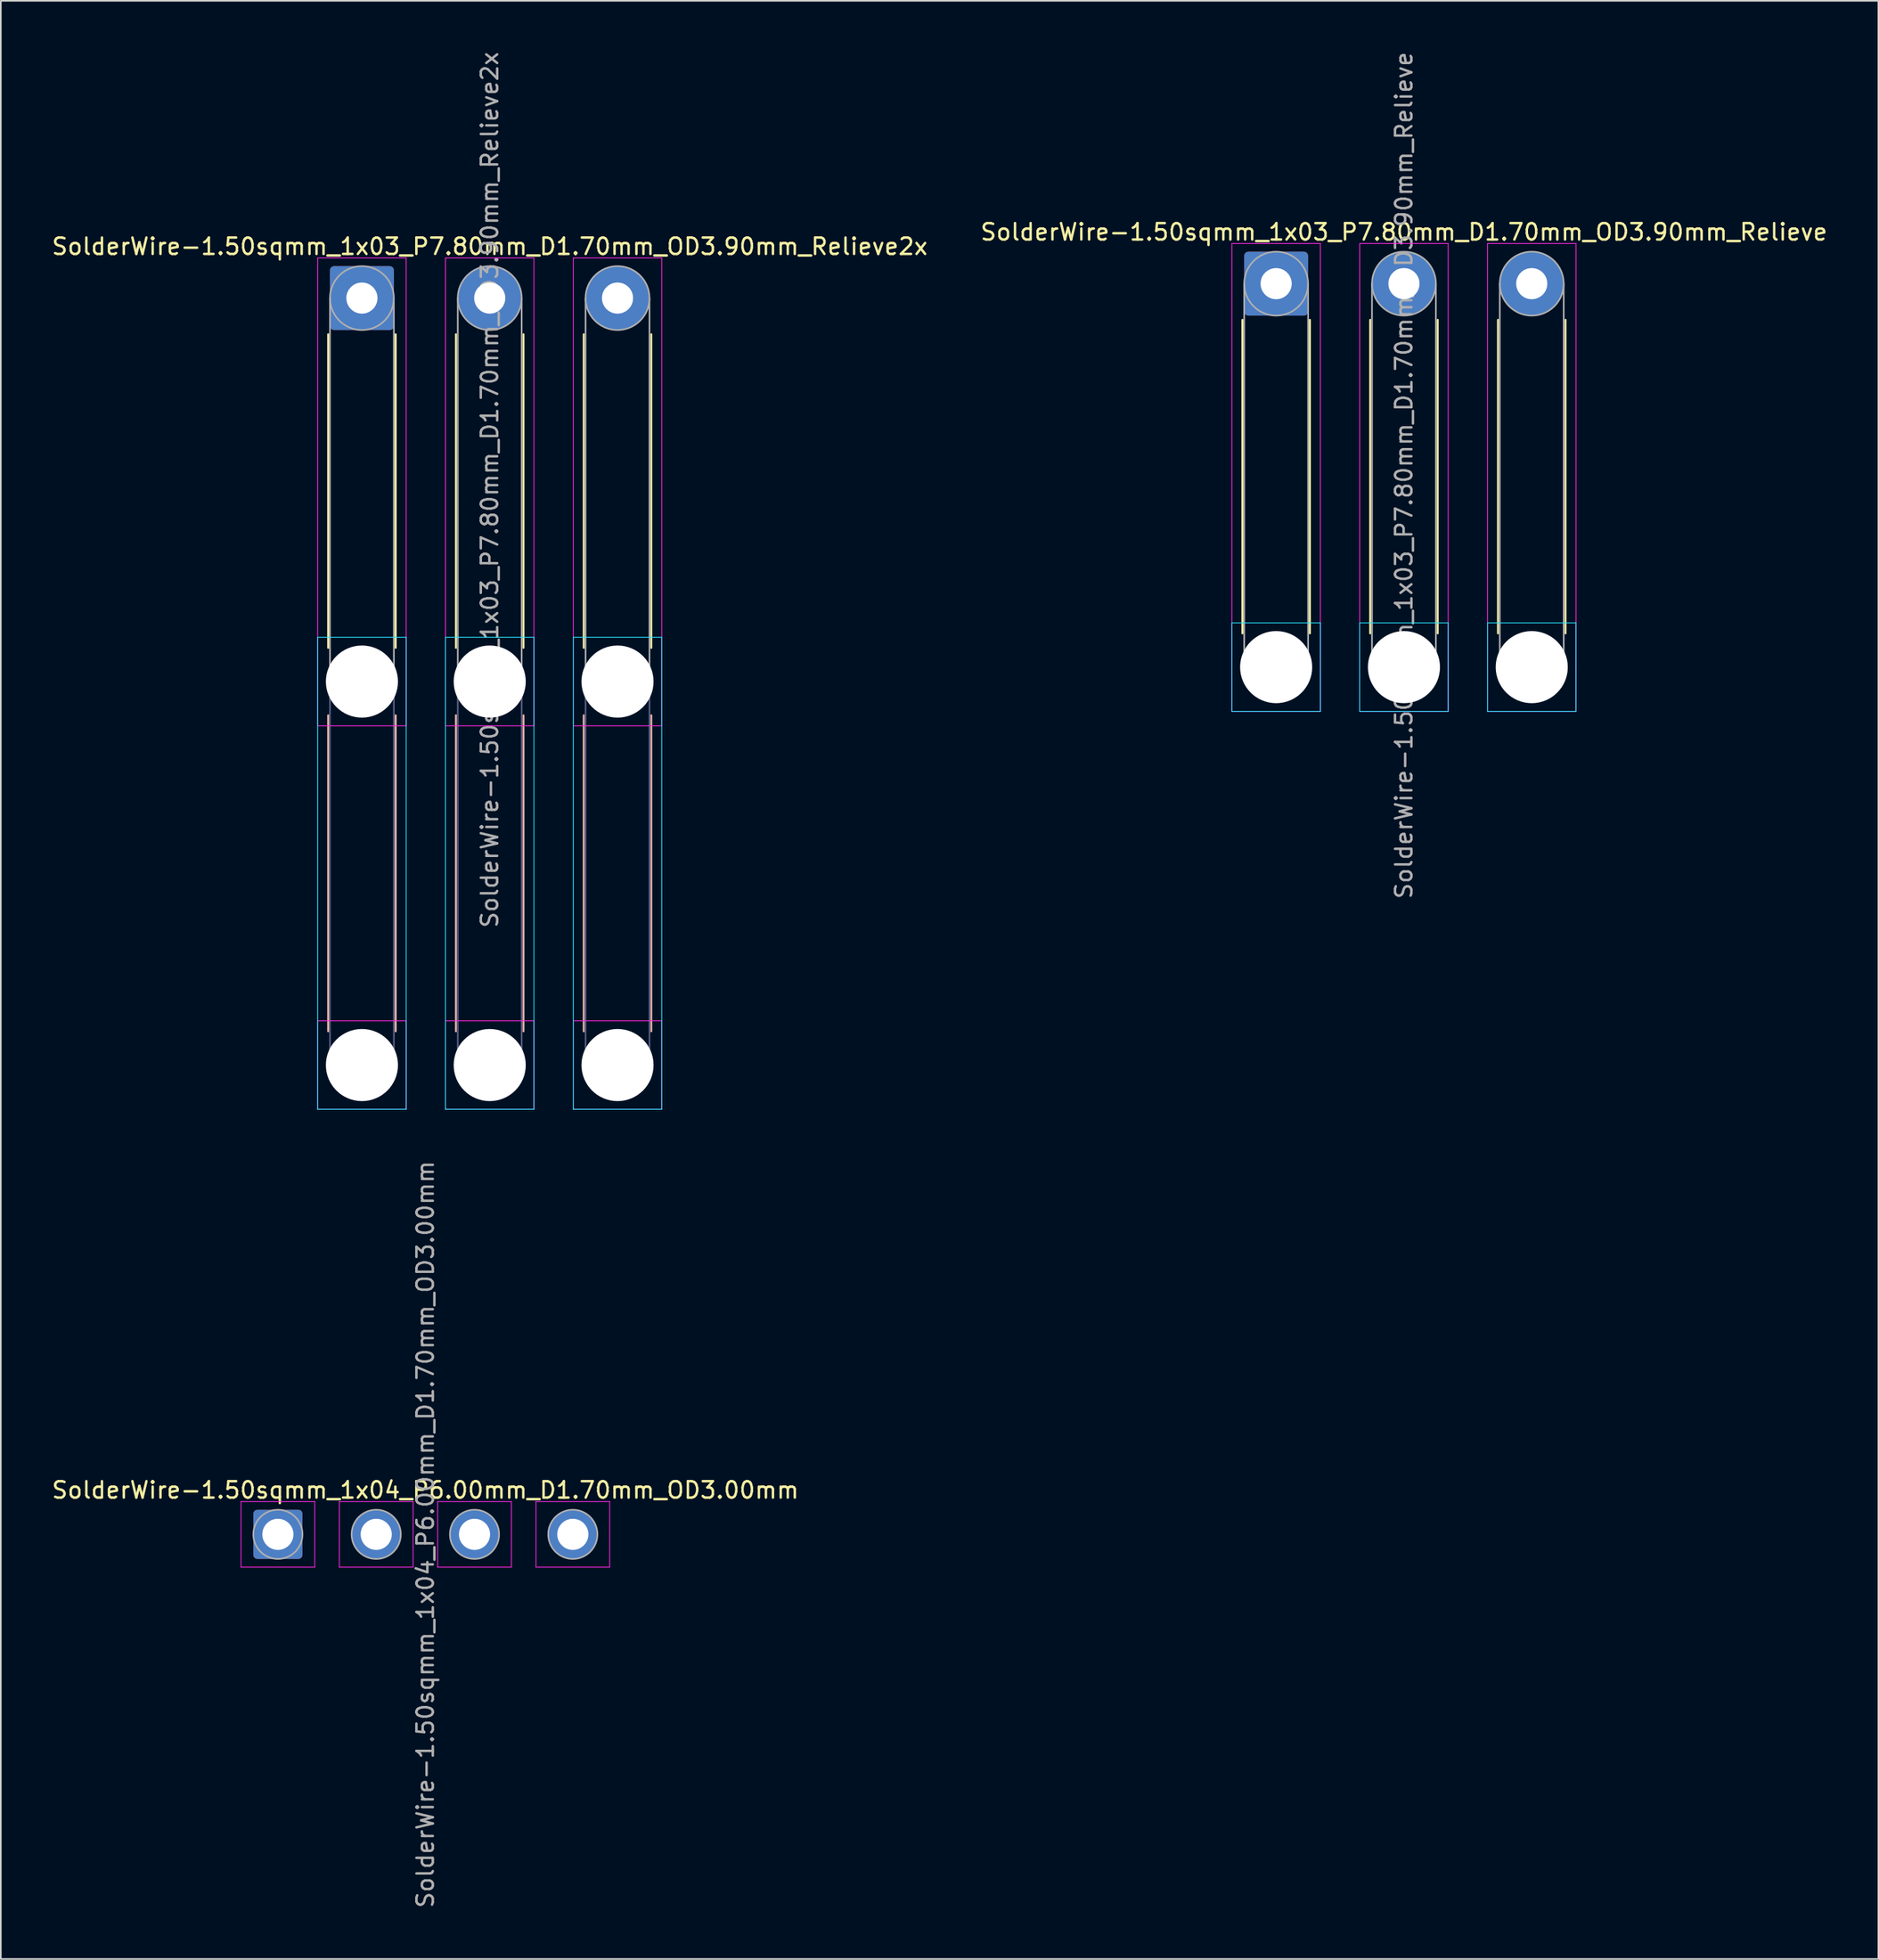
<source format=kicad_pcb>
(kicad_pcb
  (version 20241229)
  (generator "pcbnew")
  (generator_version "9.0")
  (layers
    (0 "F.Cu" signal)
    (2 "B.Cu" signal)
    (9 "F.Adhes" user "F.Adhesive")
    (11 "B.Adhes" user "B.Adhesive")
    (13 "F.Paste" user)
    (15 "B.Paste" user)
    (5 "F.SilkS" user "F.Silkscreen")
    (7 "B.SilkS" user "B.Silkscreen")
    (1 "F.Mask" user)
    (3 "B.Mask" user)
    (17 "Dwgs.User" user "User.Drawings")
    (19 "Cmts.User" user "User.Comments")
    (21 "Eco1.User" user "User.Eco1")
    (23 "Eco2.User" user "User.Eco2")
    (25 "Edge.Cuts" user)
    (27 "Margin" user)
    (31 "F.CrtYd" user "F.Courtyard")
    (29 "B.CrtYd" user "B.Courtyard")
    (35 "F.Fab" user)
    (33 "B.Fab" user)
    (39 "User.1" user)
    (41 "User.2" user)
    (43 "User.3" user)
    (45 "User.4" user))
  (footprint "SolderWire-1.50sqmm_1x03_P7.80mm_D1.70mm_OD3.90mm_Relieve2x"
    (layer "F.Cu")
    (at 19.039 15.139)
    (property "Reference" "SolderWire-1.50sqmm_1x03_P7.80mm_D1.70mm_OD3.90mm_Relieve2x" (at 7.8 -3.15 0) (layer "F.SilkS") (effects (font (size 1 1) (thickness 0.15))))
    (attr exclude_from_pos_files exclude_from_bom)
    (fp_line (start -2.06 2.21) (end -2.06 21.34) (stroke (width 0.12) (type solid)) (layer "F.SilkS"))
    (fp_line (start 2.06 2.21) (end 2.06 21.34) (stroke (width 0.12) (type solid)) (layer "F.SilkS"))
    (fp_line (start 5.74 2.21) (end 5.74 21.34) (stroke (width 0.12) (type solid)) (layer "F.SilkS"))
    (fp_line (start 9.86 2.21) (end 9.86 21.34) (stroke (width 0.12) (type solid)) (layer "F.SilkS"))
    (fp_line (start 13.54 2.21) (end 13.54 21.34) (stroke (width 0.12) (type solid)) (layer "F.SilkS"))
    (fp_line (start 17.66 2.21) (end 17.66 21.34) (stroke (width 0.12) (type solid)) (layer "F.SilkS"))
    (fp_line (start -2.06 25.46) (end -2.06 44.74) (stroke (width 0.12) (type solid)) (layer "B.SilkS"))
    (fp_line (start 2.06 25.46) (end 2.06 44.74) (stroke (width 0.12) (type solid)) (layer "B.SilkS"))
    (fp_line (start 5.74 25.46) (end 5.74 44.74) (stroke (width 0.12) (type solid)) (layer "B.SilkS"))
    (fp_line (start 9.86 25.46) (end 9.86 44.74) (stroke (width 0.12) (type solid)) (layer "B.SilkS"))
    (fp_line (start 13.54 25.46) (end 13.54 44.74) (stroke (width 0.12) (type solid)) (layer "B.SilkS"))
    (fp_line (start 17.66 25.46) (end 17.66 44.74) (stroke (width 0.12) (type solid)) (layer "B.SilkS"))
    (fp_line (start -2.7 20.7) (end -2.7 49.5) (stroke (width 0.05) (type solid)) (layer "B.CrtYd"))
    (fp_line (start -2.7 49.5) (end 2.7 49.5) (stroke (width 0.05) (type solid)) (layer "B.CrtYd"))
    (fp_line (start 2.7 20.7) (end -2.7 20.7) (stroke (width 0.05) (type solid)) (layer "B.CrtYd"))
    (fp_line (start 2.7 49.5) (end 2.7 20.7) (stroke (width 0.05) (type solid)) (layer "B.CrtYd"))
    (fp_line (start 5.1 20.7) (end 5.1 49.5) (stroke (width 0.05) (type solid)) (layer "B.CrtYd"))
    (fp_line (start 5.1 49.5) (end 10.5 49.5) (stroke (width 0.05) (type solid)) (layer "B.CrtYd"))
    (fp_line (start 10.5 20.7) (end 5.1 20.7) (stroke (width 0.05) (type solid)) (layer "B.CrtYd"))
    (fp_line (start 10.5 49.5) (end 10.5 20.7) (stroke (width 0.05) (type solid)) (layer "B.CrtYd"))
    (fp_line (start 12.9 20.7) (end 12.9 49.5) (stroke (width 0.05) (type solid)) (layer "B.CrtYd"))
    (fp_line (start 12.9 49.5) (end 18.3 49.5) (stroke (width 0.05) (type solid)) (layer "B.CrtYd"))
    (fp_line (start 18.3 20.7) (end 12.9 20.7) (stroke (width 0.05) (type solid)) (layer "B.CrtYd"))
    (fp_line (start 18.3 49.5) (end 18.3 20.7) (stroke (width 0.05) (type solid)) (layer "B.CrtYd"))
    (fp_line (start -2.7 -2.45) (end -2.7 26.1) (stroke (width 0.05) (type solid)) (layer "F.CrtYd"))
    (fp_line (start -2.7 26.1) (end 2.7 26.1) (stroke (width 0.05) (type solid)) (layer "F.CrtYd"))
    (fp_line (start -2.7 44.1) (end -2.7 49.5) (stroke (width 0.05) (type solid)) (layer "F.CrtYd"))
    (fp_line (start -2.7 49.5) (end 2.7 49.5) (stroke (width 0.05) (type solid)) (layer "F.CrtYd"))
    (fp_line (start 2.7 -2.45) (end -2.7 -2.45) (stroke (width 0.05) (type solid)) (layer "F.CrtYd"))
    (fp_line (start 2.7 26.1) (end 2.7 -2.45) (stroke (width 0.05) (type solid)) (layer "F.CrtYd"))
    (fp_line (start 2.7 44.1) (end -2.7 44.1) (stroke (width 0.05) (type solid)) (layer "F.CrtYd"))
    (fp_line (start 2.7 49.5) (end 2.7 44.1) (stroke (width 0.05) (type solid)) (layer "F.CrtYd"))
    (fp_line (start 5.1 -2.45) (end 5.1 26.1) (stroke (width 0.05) (type solid)) (layer "F.CrtYd"))
    (fp_line (start 5.1 26.1) (end 10.5 26.1) (stroke (width 0.05) (type solid)) (layer "F.CrtYd"))
    (fp_line (start 5.1 44.1) (end 5.1 49.5) (stroke (width 0.05) (type solid)) (layer "F.CrtYd"))
    (fp_line (start 5.1 49.5) (end 10.5 49.5) (stroke (width 0.05) (type solid)) (layer "F.CrtYd"))
    (fp_line (start 10.5 -2.45) (end 5.1 -2.45) (stroke (width 0.05) (type solid)) (layer "F.CrtYd"))
    (fp_line (start 10.5 26.1) (end 10.5 -2.45) (stroke (width 0.05) (type solid)) (layer "F.CrtYd"))
    (fp_line (start 10.5 44.1) (end 5.1 44.1) (stroke (width 0.05) (type solid)) (layer "F.CrtYd"))
    (fp_line (start 10.5 49.5) (end 10.5 44.1) (stroke (width 0.05) (type solid)) (layer "F.CrtYd"))
    (fp_line (start 12.9 -2.45) (end 12.9 26.1) (stroke (width 0.05) (type solid)) (layer "F.CrtYd"))
    (fp_line (start 12.9 26.1) (end 18.3 26.1) (stroke (width 0.05) (type solid)) (layer "F.CrtYd"))
    (fp_line (start 12.9 44.1) (end 12.9 49.5) (stroke (width 0.05) (type solid)) (layer "F.CrtYd"))
    (fp_line (start 12.9 49.5) (end 18.3 49.5) (stroke (width 0.05) (type solid)) (layer "F.CrtYd"))
    (fp_line (start 18.3 -2.45) (end 12.9 -2.45) (stroke (width 0.05) (type solid)) (layer "F.CrtYd"))
    (fp_line (start 18.3 26.1) (end 18.3 -2.45) (stroke (width 0.05) (type solid)) (layer "F.CrtYd"))
    (fp_line (start 18.3 44.1) (end 12.9 44.1) (stroke (width 0.05) (type solid)) (layer "F.CrtYd"))
    (fp_line (start 18.3 49.5) (end 18.3 44.1) (stroke (width 0.05) (type solid)) (layer "F.CrtYd"))
    (fp_line (start -1.95 23.4) (end -1.95 46.8) (stroke (width 0.1) (type solid)) (layer "B.Fab"))
    (fp_line (start 1.95 23.4) (end 1.95 46.8) (stroke (width 0.1) (type solid)) (layer "B.Fab"))
    (fp_line (start 5.85 23.4) (end 5.85 46.8) (stroke (width 0.1) (type solid)) (layer "B.Fab"))
    (fp_line (start 9.75 23.4) (end 9.75 46.8) (stroke (width 0.1) (type solid)) (layer "B.Fab"))
    (fp_line (start 13.65 23.4) (end 13.65 46.8) (stroke (width 0.1) (type solid)) (layer "B.Fab"))
    (fp_line (start 17.55 23.4) (end 17.55 46.8) (stroke (width 0.1) (type solid)) (layer "B.Fab"))
    (fp_circle (center 0 23.4) (end 1.95 23.4) (stroke (width 0.1) (type solid)) (fill no) (layer "B.Fab"))
    (fp_circle (center 0 46.8) (end 1.95 46.8) (stroke (width 0.1) (type solid)) (fill no) (layer "B.Fab"))
    (fp_circle (center 7.8 23.4) (end 9.75 23.4) (stroke (width 0.1) (type solid)) (fill no) (layer "B.Fab"))
    (fp_circle (center 7.8 46.8) (end 9.75 46.8) (stroke (width 0.1) (type solid)) (fill no) (layer "B.Fab"))
    (fp_circle (center 15.6 23.4) (end 17.55 23.4) (stroke (width 0.1) (type solid)) (fill no) (layer "B.Fab"))
    (fp_circle (center 15.6 46.8) (end 17.55 46.8) (stroke (width 0.1) (type solid)) (fill no) (layer "B.Fab"))
    (fp_line (start -1.95 0) (end -1.95 23.4) (stroke (width 0.1) (type solid)) (layer "F.Fab"))
    (fp_line (start 1.95 0) (end 1.95 23.4) (stroke (width 0.1) (type solid)) (layer "F.Fab"))
    (fp_line (start 5.85 0) (end 5.85 23.4) (stroke (width 0.1) (type solid)) (layer "F.Fab"))
    (fp_line (start 9.75 0) (end 9.75 23.4) (stroke (width 0.1) (type solid)) (layer "F.Fab"))
    (fp_line (start 13.65 0) (end 13.65 23.4) (stroke (width 0.1) (type solid)) (layer "F.Fab"))
    (fp_line (start 17.55 0) (end 17.55 23.4) (stroke (width 0.1) (type solid)) (layer "F.Fab"))
    (fp_circle (center 0 0) (end 1.95 0) (stroke (width 0.1) (type solid)) (fill no) (layer "F.Fab"))
    (fp_circle (center 0 23.4) (end 1.95 23.4) (stroke (width 0.1) (type solid)) (fill no) (layer "F.Fab"))
    (fp_circle (center 0 46.8) (end 1.95 46.8) (stroke (width 0.1) (type solid)) (fill no) (layer "F.Fab"))
    (fp_circle (center 7.8 0) (end 9.75 0) (stroke (width 0.1) (type solid)) (fill no) (layer "F.Fab"))
    (fp_circle (center 7.8 23.4) (end 9.75 23.4) (stroke (width 0.1) (type solid)) (fill no) (layer "F.Fab"))
    (fp_circle (center 7.8 46.8) (end 9.75 46.8) (stroke (width 0.1) (type solid)) (fill no) (layer "F.Fab"))
    (fp_circle (center 15.6 0) (end 17.55 0) (stroke (width 0.1) (type solid)) (fill no) (layer "F.Fab"))
    (fp_circle (center 15.6 23.4) (end 17.55 23.4) (stroke (width 0.1) (type solid)) (fill no) (layer "F.Fab"))
    (fp_circle (center 15.6 46.8) (end 17.55 46.8) (stroke (width 0.1) (type solid)) (fill no) (layer "F.Fab"))
    (fp_text user "${REFERENCE}" (at 7.8 11.7 90) (layer "F.Fab") (effects (font (size 1 1) (thickness 0.15))))
    (pad "" np_thru_hole circle (at 0 23.4) (size 4.4 4.4) (drill 4.4) (layers "*.Cu" "*.Mask"))
    (pad "" np_thru_hole circle (at 0 46.8) (size 4.4 4.4) (drill 4.4) (layers "*.Cu" "*.Mask"))
    (pad "" np_thru_hole circle (at 7.8 23.4) (size 4.4 4.4) (drill 4.4) (layers "*.Cu" "*.Mask"))
    (pad "" np_thru_hole circle (at 7.8 46.8) (size 4.4 4.4) (drill 4.4) (layers "*.Cu" "*.Mask"))
    (pad "" np_thru_hole circle (at 15.6 23.4) (size 4.4 4.4) (drill 4.4) (layers "*.Cu" "*.Mask"))
    (pad "" np_thru_hole circle (at 15.6 46.8) (size 4.4 4.4) (drill 4.4) (layers "*.Cu" "*.Mask"))
    (pad "1" thru_hole roundrect (at 0 0) (size 3.9 3.9) (drill 1.9) (layers "*.Cu" "*.Mask") (roundrect_rratio 0.064))
    (pad "2" thru_hole circle (at 7.8 0) (size 3.9 3.9) (drill 1.9) (layers "*.Cu" "*.Mask"))
    (pad "3" thru_hole circle (at 15.6 0) (size 3.9 3.9) (drill 1.9) (layers "*.Cu" "*.Mask")))
  (footprint "SolderWire-1.50sqmm_1x03_P7.80mm_D1.70mm_OD3.90mm_Relieve"
    (layer "F.Cu")
    (at 74.837 14.258)
    (property "Reference" "SolderWire-1.50sqmm_1x03_P7.80mm_D1.70mm_OD3.90mm_Relieve" (at 7.8 -3.15 0) (layer "F.SilkS") (effects (font (size 1 1) (thickness 0.15))))
    (attr exclude_from_pos_files exclude_from_bom)
    (fp_line (start -2.06 2.21) (end -2.06 21.34) (stroke (width 0.12) (type solid)) (layer "F.SilkS"))
    (fp_line (start 2.06 2.21) (end 2.06 21.34) (stroke (width 0.12) (type solid)) (layer "F.SilkS"))
    (fp_line (start 5.74 2.21) (end 5.74 21.34) (stroke (width 0.12) (type solid)) (layer "F.SilkS"))
    (fp_line (start 9.86 2.21) (end 9.86 21.34) (stroke (width 0.12) (type solid)) (layer "F.SilkS"))
    (fp_line (start 13.54 2.21) (end 13.54 21.34) (stroke (width 0.12) (type solid)) (layer "F.SilkS"))
    (fp_line (start 17.66 2.21) (end 17.66 21.34) (stroke (width 0.12) (type solid)) (layer "F.SilkS"))
    (fp_line (start -2.7 20.7) (end -2.7 26.1) (stroke (width 0.05) (type solid)) (layer "B.CrtYd"))
    (fp_line (start -2.7 26.1) (end 2.7 26.1) (stroke (width 0.05) (type solid)) (layer "B.CrtYd"))
    (fp_line (start 2.7 20.7) (end -2.7 20.7) (stroke (width 0.05) (type solid)) (layer "B.CrtYd"))
    (fp_line (start 2.7 26.1) (end 2.7 20.7) (stroke (width 0.05) (type solid)) (layer "B.CrtYd"))
    (fp_line (start 5.1 20.7) (end 5.1 26.1) (stroke (width 0.05) (type solid)) (layer "B.CrtYd"))
    (fp_line (start 5.1 26.1) (end 10.5 26.1) (stroke (width 0.05) (type solid)) (layer "B.CrtYd"))
    (fp_line (start 10.5 20.7) (end 5.1 20.7) (stroke (width 0.05) (type solid)) (layer "B.CrtYd"))
    (fp_line (start 10.5 26.1) (end 10.5 20.7) (stroke (width 0.05) (type solid)) (layer "B.CrtYd"))
    (fp_line (start 12.9 20.7) (end 12.9 26.1) (stroke (width 0.05) (type solid)) (layer "B.CrtYd"))
    (fp_line (start 12.9 26.1) (end 18.3 26.1) (stroke (width 0.05) (type solid)) (layer "B.CrtYd"))
    (fp_line (start 18.3 20.7) (end 12.9 20.7) (stroke (width 0.05) (type solid)) (layer "B.CrtYd"))
    (fp_line (start 18.3 26.1) (end 18.3 20.7) (stroke (width 0.05) (type solid)) (layer "B.CrtYd"))
    (fp_line (start -2.7 -2.45) (end -2.7 26.1) (stroke (width 0.05) (type solid)) (layer "F.CrtYd"))
    (fp_line (start -2.7 26.1) (end 2.7 26.1) (stroke (width 0.05) (type solid)) (layer "F.CrtYd"))
    (fp_line (start 2.7 -2.45) (end -2.7 -2.45) (stroke (width 0.05) (type solid)) (layer "F.CrtYd"))
    (fp_line (start 2.7 26.1) (end 2.7 -2.45) (stroke (width 0.05) (type solid)) (layer "F.CrtYd"))
    (fp_line (start 5.1 -2.45) (end 5.1 26.1) (stroke (width 0.05) (type solid)) (layer "F.CrtYd"))
    (fp_line (start 5.1 26.1) (end 10.5 26.1) (stroke (width 0.05) (type solid)) (layer "F.CrtYd"))
    (fp_line (start 10.5 -2.45) (end 5.1 -2.45) (stroke (width 0.05) (type solid)) (layer "F.CrtYd"))
    (fp_line (start 10.5 26.1) (end 10.5 -2.45) (stroke (width 0.05) (type solid)) (layer "F.CrtYd"))
    (fp_line (start 12.9 -2.45) (end 12.9 26.1) (stroke (width 0.05) (type solid)) (layer "F.CrtYd"))
    (fp_line (start 12.9 26.1) (end 18.3 26.1) (stroke (width 0.05) (type solid)) (layer "F.CrtYd"))
    (fp_line (start 18.3 -2.45) (end 12.9 -2.45) (stroke (width 0.05) (type solid)) (layer "F.CrtYd"))
    (fp_line (start 18.3 26.1) (end 18.3 -2.45) (stroke (width 0.05) (type solid)) (layer "F.CrtYd"))
    (fp_line (start -1.95 0) (end -1.95 23.4) (stroke (width 0.1) (type solid)) (layer "F.Fab"))
    (fp_line (start 1.95 0) (end 1.95 23.4) (stroke (width 0.1) (type solid)) (layer "F.Fab"))
    (fp_line (start 5.85 0) (end 5.85 23.4) (stroke (width 0.1) (type solid)) (layer "F.Fab"))
    (fp_line (start 9.75 0) (end 9.75 23.4) (stroke (width 0.1) (type solid)) (layer "F.Fab"))
    (fp_line (start 13.65 0) (end 13.65 23.4) (stroke (width 0.1) (type solid)) (layer "F.Fab"))
    (fp_line (start 17.55 0) (end 17.55 23.4) (stroke (width 0.1) (type solid)) (layer "F.Fab"))
    (fp_circle (center 0 0) (end 1.95 0) (stroke (width 0.1) (type solid)) (fill no) (layer "F.Fab"))
    (fp_circle (center 0 23.4) (end 1.95 23.4) (stroke (width 0.1) (type solid)) (fill no) (layer "F.Fab"))
    (fp_circle (center 7.8 0) (end 9.75 0) (stroke (width 0.1) (type solid)) (fill no) (layer "F.Fab"))
    (fp_circle (center 7.8 23.4) (end 9.75 23.4) (stroke (width 0.1) (type solid)) (fill no) (layer "F.Fab"))
    (fp_circle (center 15.6 0) (end 17.55 0) (stroke (width 0.1) (type solid)) (fill no) (layer "F.Fab"))
    (fp_circle (center 15.6 23.4) (end 17.55 23.4) (stroke (width 0.1) (type solid)) (fill no) (layer "F.Fab"))
    (fp_text user "${REFERENCE}" (at 7.8 11.7 90) (layer "F.Fab") (effects (font (size 1 1) (thickness 0.15))))
    (pad "" np_thru_hole circle (at 0 23.4) (size 4.4 4.4) (drill 4.4) (layers "*.Cu" "*.Mask"))
    (pad "" np_thru_hole circle (at 7.8 23.4) (size 4.4 4.4) (drill 4.4) (layers "*.Cu" "*.Mask"))
    (pad "" np_thru_hole circle (at 15.6 23.4) (size 4.4 4.4) (drill 4.4) (layers "*.Cu" "*.Mask"))
    (pad "1" thru_hole roundrect (at 0 0) (size 3.9 3.9) (drill 1.9) (layers "*.Cu" "*.Mask") (roundrect_rratio 0.064))
    (pad "2" thru_hole circle (at 7.8 0) (size 3.9 3.9) (drill 1.9) (layers "*.Cu" "*.Mask"))
    (pad "3" thru_hole circle (at 15.6 0) (size 3.9 3.9) (drill 1.9) (layers "*.Cu" "*.Mask")))
  (footprint "SolderWire-1.50sqmm_1x04_P6.00mm_D1.70mm_OD3.00mm"
    (layer "F.Cu")
    (at 13.911 90.575)
    (property "Reference" "SolderWire-1.50sqmm_1x04_P6.00mm_D1.70mm_OD3.00mm" (at 9 -2.7 0) (layer "F.SilkS") (effects (font (size 1 1) (thickness 0.15))))
    (attr exclude_from_pos_files exclude_from_bom)
    (fp_line (start -2.25 -2) (end -2.25 2) (stroke (width 0.05) (type solid)) (layer "F.CrtYd"))
    (fp_line (start -2.25 2) (end 2.25 2) (stroke (width 0.05) (type solid)) (layer "F.CrtYd"))
    (fp_line (start 2.25 -2) (end -2.25 -2) (stroke (width 0.05) (type solid)) (layer "F.CrtYd"))
    (fp_line (start 2.25 2) (end 2.25 -2) (stroke (width 0.05) (type solid)) (layer "F.CrtYd"))
    (fp_line (start 3.75 -2) (end 3.75 2) (stroke (width 0.05) (type solid)) (layer "F.CrtYd"))
    (fp_line (start 3.75 2) (end 8.25 2) (stroke (width 0.05) (type solid)) (layer "F.CrtYd"))
    (fp_line (start 8.25 -2) (end 3.75 -2) (stroke (width 0.05) (type solid)) (layer "F.CrtYd"))
    (fp_line (start 8.25 2) (end 8.25 -2) (stroke (width 0.05) (type solid)) (layer "F.CrtYd"))
    (fp_line (start 9.75 -2) (end 9.75 2) (stroke (width 0.05) (type solid)) (layer "F.CrtYd"))
    (fp_line (start 9.75 2) (end 14.25 2) (stroke (width 0.05) (type solid)) (layer "F.CrtYd"))
    (fp_line (start 14.25 -2) (end 9.75 -2) (stroke (width 0.05) (type solid)) (layer "F.CrtYd"))
    (fp_line (start 14.25 2) (end 14.25 -2) (stroke (width 0.05) (type solid)) (layer "F.CrtYd"))
    (fp_line (start 15.75 -2) (end 15.75 2) (stroke (width 0.05) (type solid)) (layer "F.CrtYd"))
    (fp_line (start 15.75 2) (end 20.25 2) (stroke (width 0.05) (type solid)) (layer "F.CrtYd"))
    (fp_line (start 20.25 -2) (end 15.75 -2) (stroke (width 0.05) (type solid)) (layer "F.CrtYd"))
    (fp_line (start 20.25 2) (end 20.25 -2) (stroke (width 0.05) (type solid)) (layer "F.CrtYd"))
    (fp_circle (center 0 0) (end 1.5 0) (stroke (width 0.1) (type solid)) (fill no) (layer "F.Fab"))
    (fp_circle (center 6 0) (end 7.5 0) (stroke (width 0.1) (type solid)) (fill no) (layer "F.Fab"))
    (fp_circle (center 12 0) (end 13.5 0) (stroke (width 0.1) (type solid)) (fill no) (layer "F.Fab"))
    (fp_circle (center 18 0) (end 19.5 0) (stroke (width 0.1) (type solid)) (fill no) (layer "F.Fab"))
    (fp_text user "${REFERENCE}" (at 9 0 90) (layer "F.Fab") (effects (font (size 1 1) (thickness 0.15))))
    (pad "1" thru_hole roundrect (at 0 0) (size 3 3) (drill 1.9) (layers "*.Cu" "*.Mask") (roundrect_rratio 0.083))
    (pad "2" thru_hole circle (at 6 0) (size 3 3) (drill 1.9) (layers "*.Cu" "*.Mask"))
    (pad "3" thru_hole circle (at 12 0) (size 3 3) (drill 1.9) (layers "*.Cu" "*.Mask"))
    (pad "4" thru_hole circle (at 18 0) (size 3 3) (drill 1.9) (layers "*.Cu" "*.Mask")))
  (gr_rect
    (start -3 -3)
    (end 111.595 116.486)
    (stroke (width 0.1) (type default))
    (fill no)
    (layer "Edge.Cuts")))
</source>
